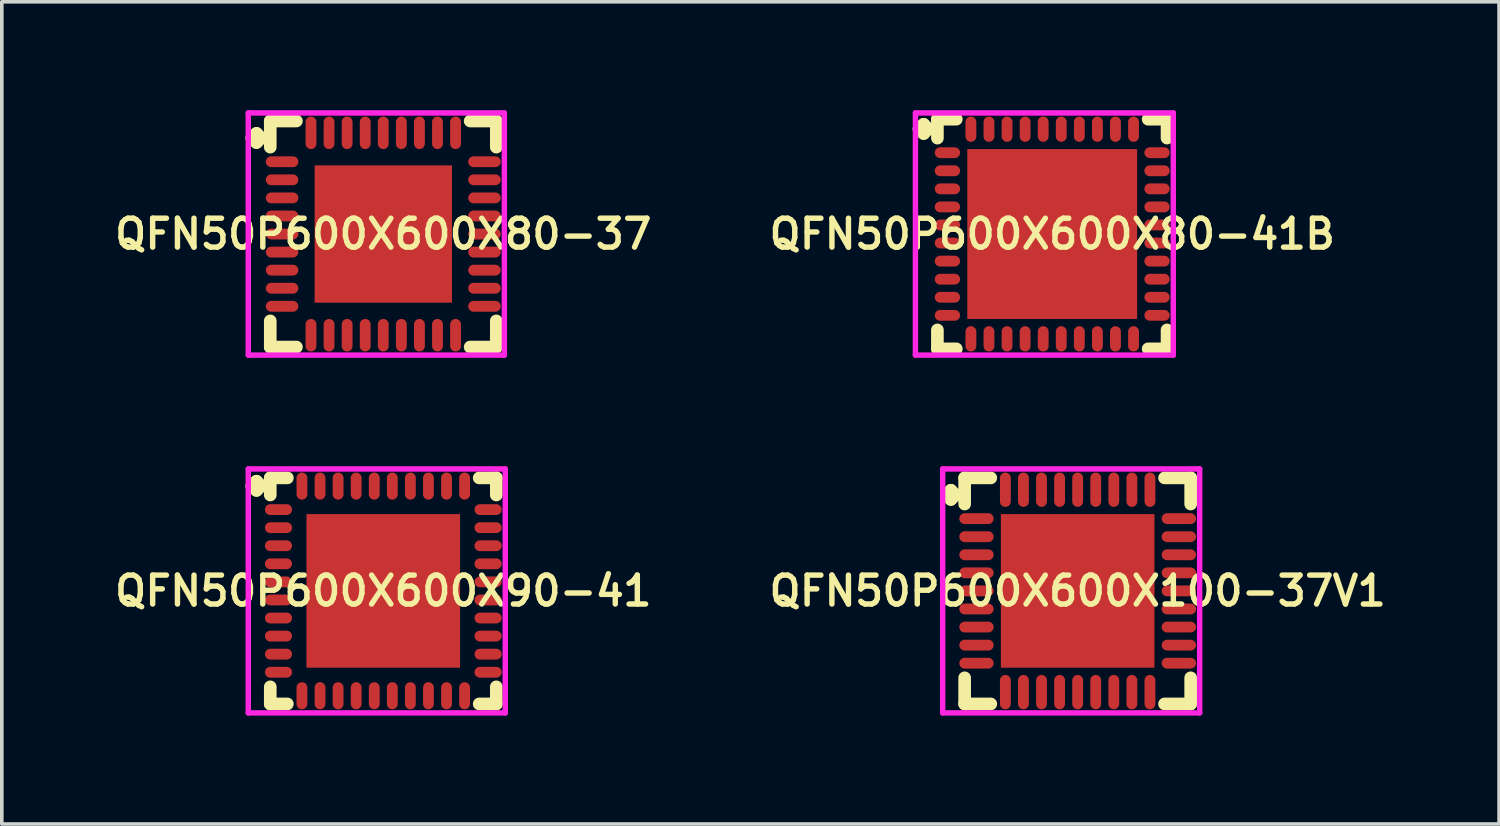
<source format=kicad_pcb>
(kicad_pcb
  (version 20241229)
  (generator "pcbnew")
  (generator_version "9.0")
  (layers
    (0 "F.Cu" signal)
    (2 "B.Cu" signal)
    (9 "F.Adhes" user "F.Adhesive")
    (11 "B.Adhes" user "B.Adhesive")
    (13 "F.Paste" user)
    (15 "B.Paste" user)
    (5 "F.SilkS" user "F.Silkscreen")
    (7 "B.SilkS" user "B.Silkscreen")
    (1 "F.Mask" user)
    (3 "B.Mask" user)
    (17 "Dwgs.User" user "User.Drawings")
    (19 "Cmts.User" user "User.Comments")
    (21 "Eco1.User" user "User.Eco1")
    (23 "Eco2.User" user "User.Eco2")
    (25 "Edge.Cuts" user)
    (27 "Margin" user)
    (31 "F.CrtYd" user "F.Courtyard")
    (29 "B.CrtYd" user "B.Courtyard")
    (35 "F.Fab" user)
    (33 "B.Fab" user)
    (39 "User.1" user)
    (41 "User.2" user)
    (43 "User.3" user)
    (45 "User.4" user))
  (footprint "QFN50P600X600X100-37V1"
    (layer "F.Cu")
    (at 26.768 13.3)
    (property "Reference" "QFN50P600X600X100-37V1" (at 0 0 0) (layer "F.SilkS") (effects (font (size 0.8 0.8) (thickness 0.15))))
    (attr through_hole)
    (fp_line (start -3.635 -2.658) (end -3.508 -2.785) (stroke (width 0.35) (type solid)) (layer "F.SilkS"))
    (fp_line (start -3.508 -2.785) (end -3.381 -2.658) (stroke (width 0.35) (type solid)) (layer "F.SilkS"))
    (fp_line (start -3.508 -2.531) (end -3.635 -2.658) (stroke (width 0.35) (type solid)) (layer "F.SilkS"))
    (fp_line (start -3.381 -2.658) (end -3.508 -2.531) (stroke (width 0.35) (type solid)) (layer "F.SilkS"))
    (fp_line (start -3.127 -3.127) (end -2.404 -3.127) (stroke (width 0.35) (type solid)) (layer "F.SilkS"))
    (fp_line (start -3.127 -2.404) (end -3.127 -3.127) (stroke (width 0.35) (type solid)) (layer "F.SilkS"))
    (fp_line (start -3.127 2.404) (end -3.127 3.127) (stroke (width 0.35) (type solid)) (layer "F.SilkS"))
    (fp_line (start -3.127 3.127) (end -2.404 3.127) (stroke (width 0.35) (type solid)) (layer "F.SilkS"))
    (fp_line (start 2.404 -3.127) (end 3.127 -3.127) (stroke (width 0.35) (type solid)) (layer "F.SilkS"))
    (fp_line (start 2.404 3.127) (end 3.127 3.127) (stroke (width 0.35) (type solid)) (layer "F.SilkS"))
    (fp_line (start 3.127 -3.127) (end 3.127 -2.404) (stroke (width 0.35) (type solid)) (layer "F.SilkS"))
    (fp_line (start 3.127 3.127) (end 3.127 2.404) (stroke (width 0.35) (type solid)) (layer "F.SilkS"))
    (fp_line (start -3.735 -3.375) (end 3.375 -3.375) (stroke (width 0.15) (type solid)) (layer "F.CrtYd"))
    (fp_line (start -3.735 3.375) (end -3.735 -3.375) (stroke (width 0.15) (type solid)) (layer "F.CrtYd"))
    (fp_line (start 3.375 -3.375) (end 3.375 3.375) (stroke (width 0.15) (type solid)) (layer "F.CrtYd"))
    (fp_line (start 3.375 3.375) (end -3.735 3.375) (stroke (width 0.15) (type solid)) (layer "F.CrtYd"))
    (pad "1" smd oval (at -2.8 -2) (size 0.95 0.3) (layers "F.Cu" "F.Mask" "F.Paste"))
    (pad "2" smd oval (at -2.8 -1.5) (size 0.95 0.3) (layers "F.Cu" "F.Mask" "F.Paste"))
    (pad "3" smd oval (at -2.8 -1) (size 0.95 0.3) (layers "F.Cu" "F.Mask" "F.Paste"))
    (pad "4" smd oval (at -2.8 -0.5) (size 0.95 0.3) (layers "F.Cu" "F.Mask" "F.Paste"))
    (pad "5" smd oval (at -2.8 0) (size 0.95 0.3) (layers "F.Cu" "F.Mask" "F.Paste"))
    (pad "6" smd oval (at -2.8 0.5) (size 0.95 0.3) (layers "F.Cu" "F.Mask" "F.Paste"))
    (pad "7" smd oval (at -2.8 1) (size 0.95 0.3) (layers "F.Cu" "F.Mask" "F.Paste"))
    (pad "8" smd oval (at -2.8 1.5) (size 0.95 0.3) (layers "F.Cu" "F.Mask" "F.Paste"))
    (pad "9" smd oval (at -2.8 2) (size 0.95 0.3) (layers "F.Cu" "F.Mask" "F.Paste"))
    (pad "10" smd oval (at -2 2.8) (size 0.3 0.95) (layers "F.Cu" "F.Mask" "F.Paste"))
    (pad "11" smd oval (at -1.5 2.8) (size 0.3 0.95) (layers "F.Cu" "F.Mask" "F.Paste"))
    (pad "12" smd oval (at -1 2.8) (size 0.3 0.95) (layers "F.Cu" "F.Mask" "F.Paste"))
    (pad "13" smd oval (at -0.5 2.8) (size 0.3 0.95) (layers "F.Cu" "F.Mask" "F.Paste"))
    (pad "14" smd oval (at 0 2.8) (size 0.3 0.95) (layers "F.Cu" "F.Mask" "F.Paste"))
    (pad "15" smd oval (at 0.5 2.8) (size 0.3 0.95) (layers "F.Cu" "F.Mask" "F.Paste"))
    (pad "16" smd oval (at 1 2.8) (size 0.3 0.95) (layers "F.Cu" "F.Mask" "F.Paste"))
    (pad "17" smd oval (at 1.5 2.8) (size 0.3 0.95) (layers "F.Cu" "F.Mask" "F.Paste"))
    (pad "18" smd oval (at 2 2.8) (size 0.3 0.95) (layers "F.Cu" "F.Mask" "F.Paste"))
    (pad "19" smd oval (at 2.8 2) (size 0.95 0.3) (layers "F.Cu" "F.Mask" "F.Paste"))
    (pad "20" smd oval (at 2.8 1.5) (size 0.95 0.3) (layers "F.Cu" "F.Mask" "F.Paste"))
    (pad "21" smd oval (at 2.8 1) (size 0.95 0.3) (layers "F.Cu" "F.Mask" "F.Paste"))
    (pad "22" smd oval (at 2.8 0.5) (size 0.95 0.3) (layers "F.Cu" "F.Mask" "F.Paste"))
    (pad "23" smd oval (at 2.8 0) (size 0.95 0.3) (layers "F.Cu" "F.Mask" "F.Paste"))
    (pad "24" smd oval (at 2.8 -0.5) (size 0.95 0.3) (layers "F.Cu" "F.Mask" "F.Paste"))
    (pad "25" smd oval (at 2.8 -1) (size 0.95 0.3) (layers "F.Cu" "F.Mask" "F.Paste"))
    (pad "26" smd oval (at 2.8 -1.5) (size 0.95 0.3) (layers "F.Cu" "F.Mask" "F.Paste"))
    (pad "27" smd oval (at 2.8 -2) (size 0.95 0.3) (layers "F.Cu" "F.Mask" "F.Paste"))
    (pad "28" smd oval (at 2 -2.8) (size 0.3 0.95) (layers "F.Cu" "F.Mask" "F.Paste"))
    (pad "29" smd oval (at 1.5 -2.8) (size 0.3 0.95) (layers "F.Cu" "F.Mask" "F.Paste"))
    (pad "30" smd oval (at 1 -2.8) (size 0.3 0.95) (layers "F.Cu" "F.Mask" "F.Paste"))
    (pad "31" smd oval (at 0.5 -2.8) (size 0.3 0.95) (layers "F.Cu" "F.Mask" "F.Paste"))
    (pad "32" smd oval (at 0 -2.8) (size 0.3 0.95) (layers "F.Cu" "F.Mask" "F.Paste"))
    (pad "33" smd oval (at -0.5 -2.8) (size 0.3 0.95) (layers "F.Cu" "F.Mask" "F.Paste"))
    (pad "34" smd oval (at -1 -2.8) (size 0.3 0.95) (layers "F.Cu" "F.Mask" "F.Paste"))
    (pad "35" smd oval (at -1.5 -2.8) (size 0.3 0.95) (layers "F.Cu" "F.Mask" "F.Paste"))
    (pad "36" smd oval (at -2 -2.8) (size 0.3 0.95) (layers "F.Cu" "F.Mask" "F.Paste"))
    (pad "37" smd rect (at 0 0) (size 4.25 4.25) (layers "F.Cu" "F.Mask" "F.Paste")))
  (footprint "QFN50P600X600X90-41"
    (layer "F.Cu")
    (at 7.555 13.3)
    (property "Reference" "QFN50P600X600X90-41" (at 0 0 0) (layer "F.SilkS") (effects (font (size 0.8 0.8) (thickness 0.15))))
    (attr smd)
    (fp_line (start -3.635 -2.908) (end -3.508 -3.035) (stroke (width 0.35) (type solid)) (layer "F.SilkS"))
    (fp_line (start -3.508 -3.035) (end -3.381 -2.908) (stroke (width 0.35) (type solid)) (layer "F.SilkS"))
    (fp_line (start -3.508 -2.781) (end -3.635 -2.908) (stroke (width 0.35) (type solid)) (layer "F.SilkS"))
    (fp_line (start -3.381 -2.908) (end -3.508 -2.781) (stroke (width 0.35) (type solid)) (layer "F.SilkS"))
    (fp_line (start -3.127 -3.127) (end -2.654 -3.127) (stroke (width 0.35) (type solid)) (layer "F.SilkS"))
    (fp_line (start -3.127 -2.654) (end -3.127 -3.127) (stroke (width 0.35) (type solid)) (layer "F.SilkS"))
    (fp_line (start -3.127 2.654) (end -3.127 3.127) (stroke (width 0.35) (type solid)) (layer "F.SilkS"))
    (fp_line (start -3.127 3.127) (end -2.654 3.127) (stroke (width 0.35) (type solid)) (layer "F.SilkS"))
    (fp_line (start 2.654 -3.127) (end 3.127 -3.127) (stroke (width 0.35) (type solid)) (layer "F.SilkS"))
    (fp_line (start 2.654 3.127) (end 3.127 3.127) (stroke (width 0.35) (type solid)) (layer "F.SilkS"))
    (fp_line (start 3.127 -3.127) (end 3.127 -2.654) (stroke (width 0.35) (type solid)) (layer "F.SilkS"))
    (fp_line (start 3.127 3.127) (end 3.127 2.654) (stroke (width 0.35) (type solid)) (layer "F.SilkS"))
    (fp_line (start -3.735 -3.375) (end 3.375 -3.375) (stroke (width 0.15) (type solid)) (layer "F.CrtYd"))
    (fp_line (start -3.735 3.375) (end -3.735 -3.375) (stroke (width 0.15) (type solid)) (layer "F.CrtYd"))
    (fp_line (start 3.375 -3.375) (end 3.375 3.375) (stroke (width 0.15) (type solid)) (layer "F.CrtYd"))
    (fp_line (start 3.375 3.375) (end -3.735 3.375) (stroke (width 0.15) (type solid)) (layer "F.CrtYd"))
    (pad "1" smd oval (at -2.9 -2.25) (size 0.75 0.3) (layers "F.Cu" "F.Mask" "F.Paste"))
    (pad "2" smd oval (at -2.9 -1.75) (size 0.75 0.3) (layers "F.Cu" "F.Mask" "F.Paste"))
    (pad "3" smd oval (at -2.9 -1.25) (size 0.75 0.3) (layers "F.Cu" "F.Mask" "F.Paste"))
    (pad "4" smd oval (at -2.9 -0.75) (size 0.75 0.3) (layers "F.Cu" "F.Mask" "F.Paste"))
    (pad "5" smd oval (at -2.9 -0.25) (size 0.75 0.3) (layers "F.Cu" "F.Mask" "F.Paste"))
    (pad "6" smd oval (at -2.9 0.25) (size 0.75 0.3) (layers "F.Cu" "F.Mask" "F.Paste"))
    (pad "7" smd oval (at -2.9 0.75) (size 0.75 0.3) (layers "F.Cu" "F.Mask" "F.Paste"))
    (pad "8" smd oval (at -2.9 1.25) (size 0.75 0.3) (layers "F.Cu" "F.Mask" "F.Paste"))
    (pad "9" smd oval (at -2.9 1.75) (size 0.75 0.3) (layers "F.Cu" "F.Mask" "F.Paste"))
    (pad "10" smd oval (at -2.9 2.25) (size 0.75 0.3) (layers "F.Cu" "F.Mask" "F.Paste"))
    (pad "11" smd oval (at -2.25 2.9) (size 0.3 0.75) (layers "F.Cu" "F.Mask" "F.Paste"))
    (pad "12" smd oval (at -1.75 2.9) (size 0.3 0.75) (layers "F.Cu" "F.Mask" "F.Paste"))
    (pad "13" smd oval (at -1.25 2.9) (size 0.3 0.75) (layers "F.Cu" "F.Mask" "F.Paste"))
    (pad "14" smd oval (at -0.75 2.9) (size 0.3 0.75) (layers "F.Cu" "F.Mask" "F.Paste"))
    (pad "15" smd oval (at -0.25 2.9) (size 0.3 0.75) (layers "F.Cu" "F.Mask" "F.Paste"))
    (pad "16" smd oval (at 0.25 2.9) (size 0.3 0.75) (layers "F.Cu" "F.Mask" "F.Paste"))
    (pad "17" smd oval (at 0.75 2.9) (size 0.3 0.75) (layers "F.Cu" "F.Mask" "F.Paste"))
    (pad "18" smd oval (at 1.25 2.9) (size 0.3 0.75) (layers "F.Cu" "F.Mask" "F.Paste"))
    (pad "19" smd oval (at 1.75 2.9) (size 0.3 0.75) (layers "F.Cu" "F.Mask" "F.Paste"))
    (pad "20" smd oval (at 2.25 2.9) (size 0.3 0.75) (layers "F.Cu" "F.Mask" "F.Paste"))
    (pad "21" smd oval (at 2.9 2.25) (size 0.75 0.3) (layers "F.Cu" "F.Mask" "F.Paste"))
    (pad "22" smd oval (at 2.9 1.75) (size 0.75 0.3) (layers "F.Cu" "F.Mask" "F.Paste"))
    (pad "23" smd oval (at 2.9 1.25) (size 0.75 0.3) (layers "F.Cu" "F.Mask" "F.Paste"))
    (pad "24" smd oval (at 2.9 0.75) (size 0.75 0.3) (layers "F.Cu" "F.Mask" "F.Paste"))
    (pad "25" smd oval (at 2.9 0.25) (size 0.75 0.3) (layers "F.Cu" "F.Mask" "F.Paste"))
    (pad "26" smd oval (at 2.9 -0.25) (size 0.75 0.3) (layers "F.Cu" "F.Mask" "F.Paste"))
    (pad "27" smd oval (at 2.9 -0.75) (size 0.75 0.3) (layers "F.Cu" "F.Mask" "F.Paste"))
    (pad "28" smd oval (at 2.9 -1.25) (size 0.75 0.3) (layers "F.Cu" "F.Mask" "F.Paste"))
    (pad "29" smd oval (at 2.9 -1.75) (size 0.75 0.3) (layers "F.Cu" "F.Mask" "F.Paste"))
    (pad "30" smd oval (at 2.9 -2.25) (size 0.75 0.3) (layers "F.Cu" "F.Mask" "F.Paste"))
    (pad "31" smd oval (at 2.25 -2.9) (size 0.3 0.75) (layers "F.Cu" "F.Mask" "F.Paste"))
    (pad "32" smd oval (at 1.75 -2.9) (size 0.3 0.75) (layers "F.Cu" "F.Mask" "F.Paste"))
    (pad "33" smd oval (at 1.25 -2.9) (size 0.3 0.75) (layers "F.Cu" "F.Mask" "F.Paste"))
    (pad "34" smd oval (at 0.75 -2.9) (size 0.3 0.75) (layers "F.Cu" "F.Mask" "F.Paste"))
    (pad "35" smd oval (at 0.25 -2.9) (size 0.3 0.75) (layers "F.Cu" "F.Mask" "F.Paste"))
    (pad "36" smd oval (at -0.25 -2.9) (size 0.3 0.75) (layers "F.Cu" "F.Mask" "F.Paste"))
    (pad "37" smd oval (at -0.75 -2.9) (size 0.3 0.75) (layers "F.Cu" "F.Mask" "F.Paste"))
    (pad "38" smd oval (at -1.25 -2.9) (size 0.3 0.75) (layers "F.Cu" "F.Mask" "F.Paste"))
    (pad "39" smd oval (at -1.75 -2.9) (size 0.3 0.75) (layers "F.Cu" "F.Mask" "F.Paste"))
    (pad "40" smd oval (at -2.25 -2.9) (size 0.3 0.75) (layers "F.Cu" "F.Mask" "F.Paste"))
    (pad "41" smd rect (at 0 0) (size 4.25 4.25) (layers "F.Cu" "F.Mask" "F.Paste")))
  (footprint "QFN50P600X600X80-37"
    (layer "F.Cu")
    (at 7.555 3.425)
    (property "Reference" "QFN50P600X600X80-37" (at 0 0 0) (layer "F.SilkS") (effects (font (size 0.8 0.8) (thickness 0.15))))
    (attr smd)
    (fp_line (start -3.635 -2.658) (end -3.508 -2.785) (stroke (width 0.35) (type solid)) (layer "F.SilkS"))
    (fp_line (start -3.508 -2.785) (end -3.381 -2.658) (stroke (width 0.35) (type solid)) (layer "F.SilkS"))
    (fp_line (start -3.508 -2.531) (end -3.635 -2.658) (stroke (width 0.35) (type solid)) (layer "F.SilkS"))
    (fp_line (start -3.381 -2.658) (end -3.508 -2.531) (stroke (width 0.35) (type solid)) (layer "F.SilkS"))
    (fp_line (start -3.127 -3.127) (end -2.404 -3.127) (stroke (width 0.35) (type solid)) (layer "F.SilkS"))
    (fp_line (start -3.127 -2.404) (end -3.127 -3.127) (stroke (width 0.35) (type solid)) (layer "F.SilkS"))
    (fp_line (start -3.127 2.404) (end -3.127 3.127) (stroke (width 0.35) (type solid)) (layer "F.SilkS"))
    (fp_line (start -3.127 3.127) (end -2.404 3.127) (stroke (width 0.35) (type solid)) (layer "F.SilkS"))
    (fp_line (start 2.404 -3.127) (end 3.127 -3.127) (stroke (width 0.35) (type solid)) (layer "F.SilkS"))
    (fp_line (start 2.404 3.127) (end 3.127 3.127) (stroke (width 0.35) (type solid)) (layer "F.SilkS"))
    (fp_line (start 3.127 -3.127) (end 3.127 -2.404) (stroke (width 0.35) (type solid)) (layer "F.SilkS"))
    (fp_line (start 3.127 3.127) (end 3.127 2.404) (stroke (width 0.35) (type solid)) (layer "F.SilkS"))
    (fp_line (start -3.735 -3.35) (end 3.35 -3.35) (stroke (width 0.15) (type solid)) (layer "F.CrtYd"))
    (fp_line (start -3.735 3.35) (end -3.735 -3.35) (stroke (width 0.15) (type solid)) (layer "F.CrtYd"))
    (fp_line (start 3.35 -3.35) (end 3.35 3.35) (stroke (width 0.15) (type solid)) (layer "F.CrtYd"))
    (fp_line (start 3.35 3.35) (end -3.735 3.35) (stroke (width 0.15) (type solid)) (layer "F.CrtYd"))
    (pad "1" smd oval (at -2.8 -2) (size 0.9 0.3) (layers "F.Cu" "F.Mask" "F.Paste"))
    (pad "2" smd oval (at -2.8 -1.5) (size 0.9 0.3) (layers "F.Cu" "F.Mask" "F.Paste"))
    (pad "3" smd oval (at -2.8 -1) (size 0.9 0.3) (layers "F.Cu" "F.Mask" "F.Paste"))
    (pad "4" smd oval (at -2.8 -0.5) (size 0.9 0.3) (layers "F.Cu" "F.Mask" "F.Paste"))
    (pad "5" smd oval (at -2.8 0) (size 0.9 0.3) (layers "F.Cu" "F.Mask" "F.Paste"))
    (pad "6" smd oval (at -2.8 0.5) (size 0.9 0.3) (layers "F.Cu" "F.Mask" "F.Paste"))
    (pad "7" smd oval (at -2.8 1) (size 0.9 0.3) (layers "F.Cu" "F.Mask" "F.Paste"))
    (pad "8" smd oval (at -2.8 1.5) (size 0.9 0.3) (layers "F.Cu" "F.Mask" "F.Paste"))
    (pad "9" smd oval (at -2.8 2) (size 0.9 0.3) (layers "F.Cu" "F.Mask" "F.Paste"))
    (pad "10" smd oval (at -2 2.8) (size 0.3 0.9) (layers "F.Cu" "F.Mask" "F.Paste"))
    (pad "11" smd oval (at -1.5 2.8) (size 0.3 0.9) (layers "F.Cu" "F.Mask" "F.Paste"))
    (pad "12" smd oval (at -1 2.8) (size 0.3 0.9) (layers "F.Cu" "F.Mask" "F.Paste"))
    (pad "13" smd oval (at -0.5 2.8) (size 0.3 0.9) (layers "F.Cu" "F.Mask" "F.Paste"))
    (pad "14" smd oval (at 0 2.8) (size 0.3 0.9) (layers "F.Cu" "F.Mask" "F.Paste"))
    (pad "15" smd oval (at 0.5 2.8) (size 0.3 0.9) (layers "F.Cu" "F.Mask" "F.Paste"))
    (pad "16" smd oval (at 1 2.8) (size 0.3 0.9) (layers "F.Cu" "F.Mask" "F.Paste"))
    (pad "17" smd oval (at 1.5 2.8) (size 0.3 0.9) (layers "F.Cu" "F.Mask" "F.Paste"))
    (pad "18" smd oval (at 2 2.8) (size 0.3 0.9) (layers "F.Cu" "F.Mask" "F.Paste"))
    (pad "19" smd oval (at 2.8 2) (size 0.9 0.3) (layers "F.Cu" "F.Mask" "F.Paste"))
    (pad "20" smd oval (at 2.8 1.5) (size 0.9 0.3) (layers "F.Cu" "F.Mask" "F.Paste"))
    (pad "21" smd oval (at 2.8 1) (size 0.9 0.3) (layers "F.Cu" "F.Mask" "F.Paste"))
    (pad "22" smd oval (at 2.8 0.5) (size 0.9 0.3) (layers "F.Cu" "F.Mask" "F.Paste"))
    (pad "23" smd oval (at 2.8 0) (size 0.9 0.3) (layers "F.Cu" "F.Mask" "F.Paste"))
    (pad "24" smd oval (at 2.8 -0.5) (size 0.9 0.3) (layers "F.Cu" "F.Mask" "F.Paste"))
    (pad "25" smd oval (at 2.8 -1) (size 0.9 0.3) (layers "F.Cu" "F.Mask" "F.Paste"))
    (pad "26" smd oval (at 2.8 -1.5) (size 0.9 0.3) (layers "F.Cu" "F.Mask" "F.Paste"))
    (pad "27" smd oval (at 2.8 -2) (size 0.9 0.3) (layers "F.Cu" "F.Mask" "F.Paste"))
    (pad "28" smd oval (at 2 -2.8) (size 0.3 0.9) (layers "F.Cu" "F.Mask" "F.Paste"))
    (pad "29" smd oval (at 1.5 -2.8) (size 0.3 0.9) (layers "F.Cu" "F.Mask" "F.Paste"))
    (pad "30" smd oval (at 1 -2.8) (size 0.3 0.9) (layers "F.Cu" "F.Mask" "F.Paste"))
    (pad "31" smd oval (at 0.5 -2.8) (size 0.3 0.9) (layers "F.Cu" "F.Mask" "F.Paste"))
    (pad "32" smd oval (at 0 -2.8) (size 0.3 0.9) (layers "F.Cu" "F.Mask" "F.Paste"))
    (pad "33" smd oval (at -0.5 -2.8) (size 0.3 0.9) (layers "F.Cu" "F.Mask" "F.Paste"))
    (pad "34" smd oval (at -1 -2.8) (size 0.3 0.9) (layers "F.Cu" "F.Mask" "F.Paste"))
    (pad "35" smd oval (at -1.5 -2.8) (size 0.3 0.9) (layers "F.Cu" "F.Mask" "F.Paste"))
    (pad "36" smd oval (at -2 -2.8) (size 0.3 0.9) (layers "F.Cu" "F.Mask" "F.Paste"))
    (pad "37" smd rect (at 0 0) (size 3.8 3.8) (layers "F.Cu" "F.Mask" "F.Paste")))
  (footprint "QFN50P600X600X80-41B"
    (layer "F.Cu")
    (at 26.064 3.425)
    (property "Reference" "QFN50P600X600X80-41B" (at 0 0 0) (layer "F.SilkS") (effects (font (size 0.8 0.8) (thickness 0.15))))
    (attr smd)
    (fp_line (start -3.685 -2.908) (end -3.558 -3.035) (stroke (width 0.35) (type solid)) (layer "F.SilkS"))
    (fp_line (start -3.558 -3.035) (end -3.431 -2.908) (stroke (width 0.35) (type solid)) (layer "F.SilkS"))
    (fp_line (start -3.558 -2.781) (end -3.685 -2.908) (stroke (width 0.35) (type solid)) (layer "F.SilkS"))
    (fp_line (start -3.431 -2.908) (end -3.558 -2.781) (stroke (width 0.35) (type solid)) (layer "F.SilkS"))
    (fp_line (start -3.177 -3.177) (end -2.654 -3.177) (stroke (width 0.35) (type solid)) (layer "F.SilkS"))
    (fp_line (start -3.177 -2.654) (end -3.177 -3.177) (stroke (width 0.35) (type solid)) (layer "F.SilkS"))
    (fp_line (start -3.177 2.654) (end -3.177 3.177) (stroke (width 0.35) (type solid)) (layer "F.SilkS"))
    (fp_line (start -3.177 3.177) (end -2.654 3.177) (stroke (width 0.35) (type solid)) (layer "F.SilkS"))
    (fp_line (start 2.654 -3.177) (end 3.177 -3.177) (stroke (width 0.35) (type solid)) (layer "F.SilkS"))
    (fp_line (start 2.654 3.177) (end 3.177 3.177) (stroke (width 0.35) (type solid)) (layer "F.SilkS"))
    (fp_line (start 3.177 -3.177) (end 3.177 -2.654) (stroke (width 0.35) (type solid)) (layer "F.SilkS"))
    (fp_line (start 3.177 3.177) (end 3.177 2.654) (stroke (width 0.35) (type solid)) (layer "F.SilkS"))
    (fp_line (start -3.785 -3.35) (end 3.35 -3.35) (stroke (width 0.15) (type solid)) (layer "F.CrtYd"))
    (fp_line (start -3.785 3.35) (end -3.785 -3.35) (stroke (width 0.15) (type solid)) (layer "F.CrtYd"))
    (fp_line (start 3.35 -3.35) (end 3.35 3.35) (stroke (width 0.15) (type solid)) (layer "F.CrtYd"))
    (fp_line (start 3.35 3.35) (end -3.785 3.35) (stroke (width 0.15) (type solid)) (layer "F.CrtYd"))
    (pad "1" smd oval (at -2.9 -2.25) (size 0.7 0.3) (layers "F.Cu" "F.Mask" "F.Paste"))
    (pad "2" smd oval (at -2.9 -1.75) (size 0.7 0.3) (layers "F.Cu" "F.Mask" "F.Paste"))
    (pad "3" smd oval (at -2.9 -1.25) (size 0.7 0.3) (layers "F.Cu" "F.Mask" "F.Paste"))
    (pad "4" smd oval (at -2.9 -0.75) (size 0.7 0.3) (layers "F.Cu" "F.Mask" "F.Paste"))
    (pad "5" smd oval (at -2.9 -0.25) (size 0.7 0.3) (layers "F.Cu" "F.Mask" "F.Paste"))
    (pad "6" smd oval (at -2.9 0.25) (size 0.7 0.3) (layers "F.Cu" "F.Mask" "F.Paste"))
    (pad "7" smd oval (at -2.9 0.75) (size 0.7 0.3) (layers "F.Cu" "F.Mask" "F.Paste"))
    (pad "8" smd oval (at -2.9 1.25) (size 0.7 0.3) (layers "F.Cu" "F.Mask" "F.Paste"))
    (pad "9" smd oval (at -2.9 1.75) (size 0.7 0.3) (layers "F.Cu" "F.Mask" "F.Paste"))
    (pad "10" smd oval (at -2.9 2.25) (size 0.7 0.3) (layers "F.Cu" "F.Mask" "F.Paste"))
    (pad "11" smd oval (at -2.25 2.9) (size 0.3 0.7) (layers "F.Cu" "F.Mask" "F.Paste"))
    (pad "12" smd oval (at -1.75 2.9) (size 0.3 0.7) (layers "F.Cu" "F.Mask" "F.Paste"))
    (pad "13" smd oval (at -1.25 2.9) (size 0.3 0.7) (layers "F.Cu" "F.Mask" "F.Paste"))
    (pad "14" smd oval (at -0.75 2.9) (size 0.3 0.7) (layers "F.Cu" "F.Mask" "F.Paste"))
    (pad "15" smd oval (at -0.25 2.9) (size 0.3 0.7) (layers "F.Cu" "F.Mask" "F.Paste"))
    (pad "16" smd oval (at 0.25 2.9) (size 0.3 0.7) (layers "F.Cu" "F.Mask" "F.Paste"))
    (pad "17" smd oval (at 0.75 2.9) (size 0.3 0.7) (layers "F.Cu" "F.Mask" "F.Paste"))
    (pad "18" smd oval (at 1.25 2.9) (size 0.3 0.7) (layers "F.Cu" "F.Mask" "F.Paste"))
    (pad "19" smd oval (at 1.75 2.9) (size 0.3 0.7) (layers "F.Cu" "F.Mask" "F.Paste"))
    (pad "20" smd oval (at 2.25 2.9) (size 0.3 0.7) (layers "F.Cu" "F.Mask" "F.Paste"))
    (pad "21" smd oval (at 2.9 2.25) (size 0.7 0.3) (layers "F.Cu" "F.Mask" "F.Paste"))
    (pad "22" smd oval (at 2.9 1.75) (size 0.7 0.3) (layers "F.Cu" "F.Mask" "F.Paste"))
    (pad "23" smd oval (at 2.9 1.25) (size 0.7 0.3) (layers "F.Cu" "F.Mask" "F.Paste"))
    (pad "24" smd oval (at 2.9 0.75) (size 0.7 0.3) (layers "F.Cu" "F.Mask" "F.Paste"))
    (pad "25" smd oval (at 2.9 0.25) (size 0.7 0.3) (layers "F.Cu" "F.Mask" "F.Paste"))
    (pad "26" smd oval (at 2.9 -0.25) (size 0.7 0.3) (layers "F.Cu" "F.Mask" "F.Paste"))
    (pad "27" smd oval (at 2.9 -0.75) (size 0.7 0.3) (layers "F.Cu" "F.Mask" "F.Paste"))
    (pad "28" smd oval (at 2.9 -1.25) (size 0.7 0.3) (layers "F.Cu" "F.Mask" "F.Paste"))
    (pad "29" smd oval (at 2.9 -1.75) (size 0.7 0.3) (layers "F.Cu" "F.Mask" "F.Paste"))
    (pad "30" smd oval (at 2.9 -2.25) (size 0.7 0.3) (layers "F.Cu" "F.Mask" "F.Paste"))
    (pad "31" smd oval (at 2.25 -2.9) (size 0.3 0.7) (layers "F.Cu" "F.Mask" "F.Paste"))
    (pad "32" smd oval (at 1.75 -2.9) (size 0.3 0.7) (layers "F.Cu" "F.Mask" "F.Paste"))
    (pad "33" smd oval (at 1.25 -2.9) (size 0.3 0.7) (layers "F.Cu" "F.Mask" "F.Paste"))
    (pad "34" smd oval (at 0.75 -2.9) (size 0.3 0.7) (layers "F.Cu" "F.Mask" "F.Paste"))
    (pad "35" smd oval (at 0.25 -2.9) (size 0.3 0.7) (layers "F.Cu" "F.Mask" "F.Paste"))
    (pad "36" smd oval (at -0.25 -2.9) (size 0.3 0.7) (layers "F.Cu" "F.Mask" "F.Paste"))
    (pad "37" smd oval (at -0.75 -2.9) (size 0.3 0.7) (layers "F.Cu" "F.Mask" "F.Paste"))
    (pad "38" smd oval (at -1.25 -2.9) (size 0.3 0.7) (layers "F.Cu" "F.Mask" "F.Paste"))
    (pad "39" smd oval (at -1.75 -2.9) (size 0.3 0.7) (layers "F.Cu" "F.Mask" "F.Paste"))
    (pad "40" smd oval (at -2.25 -2.9) (size 0.3 0.7) (layers "F.Cu" "F.Mask" "F.Paste"))
    (pad "41" smd rect (at 0 0) (size 4.7 4.7) (layers "F.Cu" "F.Mask" "F.Paste")))
  (gr_rect
    (start -3 -3)
    (end 38.428 19.75)
    (stroke (width 0.1) (type default))
    (fill no)
    (layer "Edge.Cuts")))
</source>
